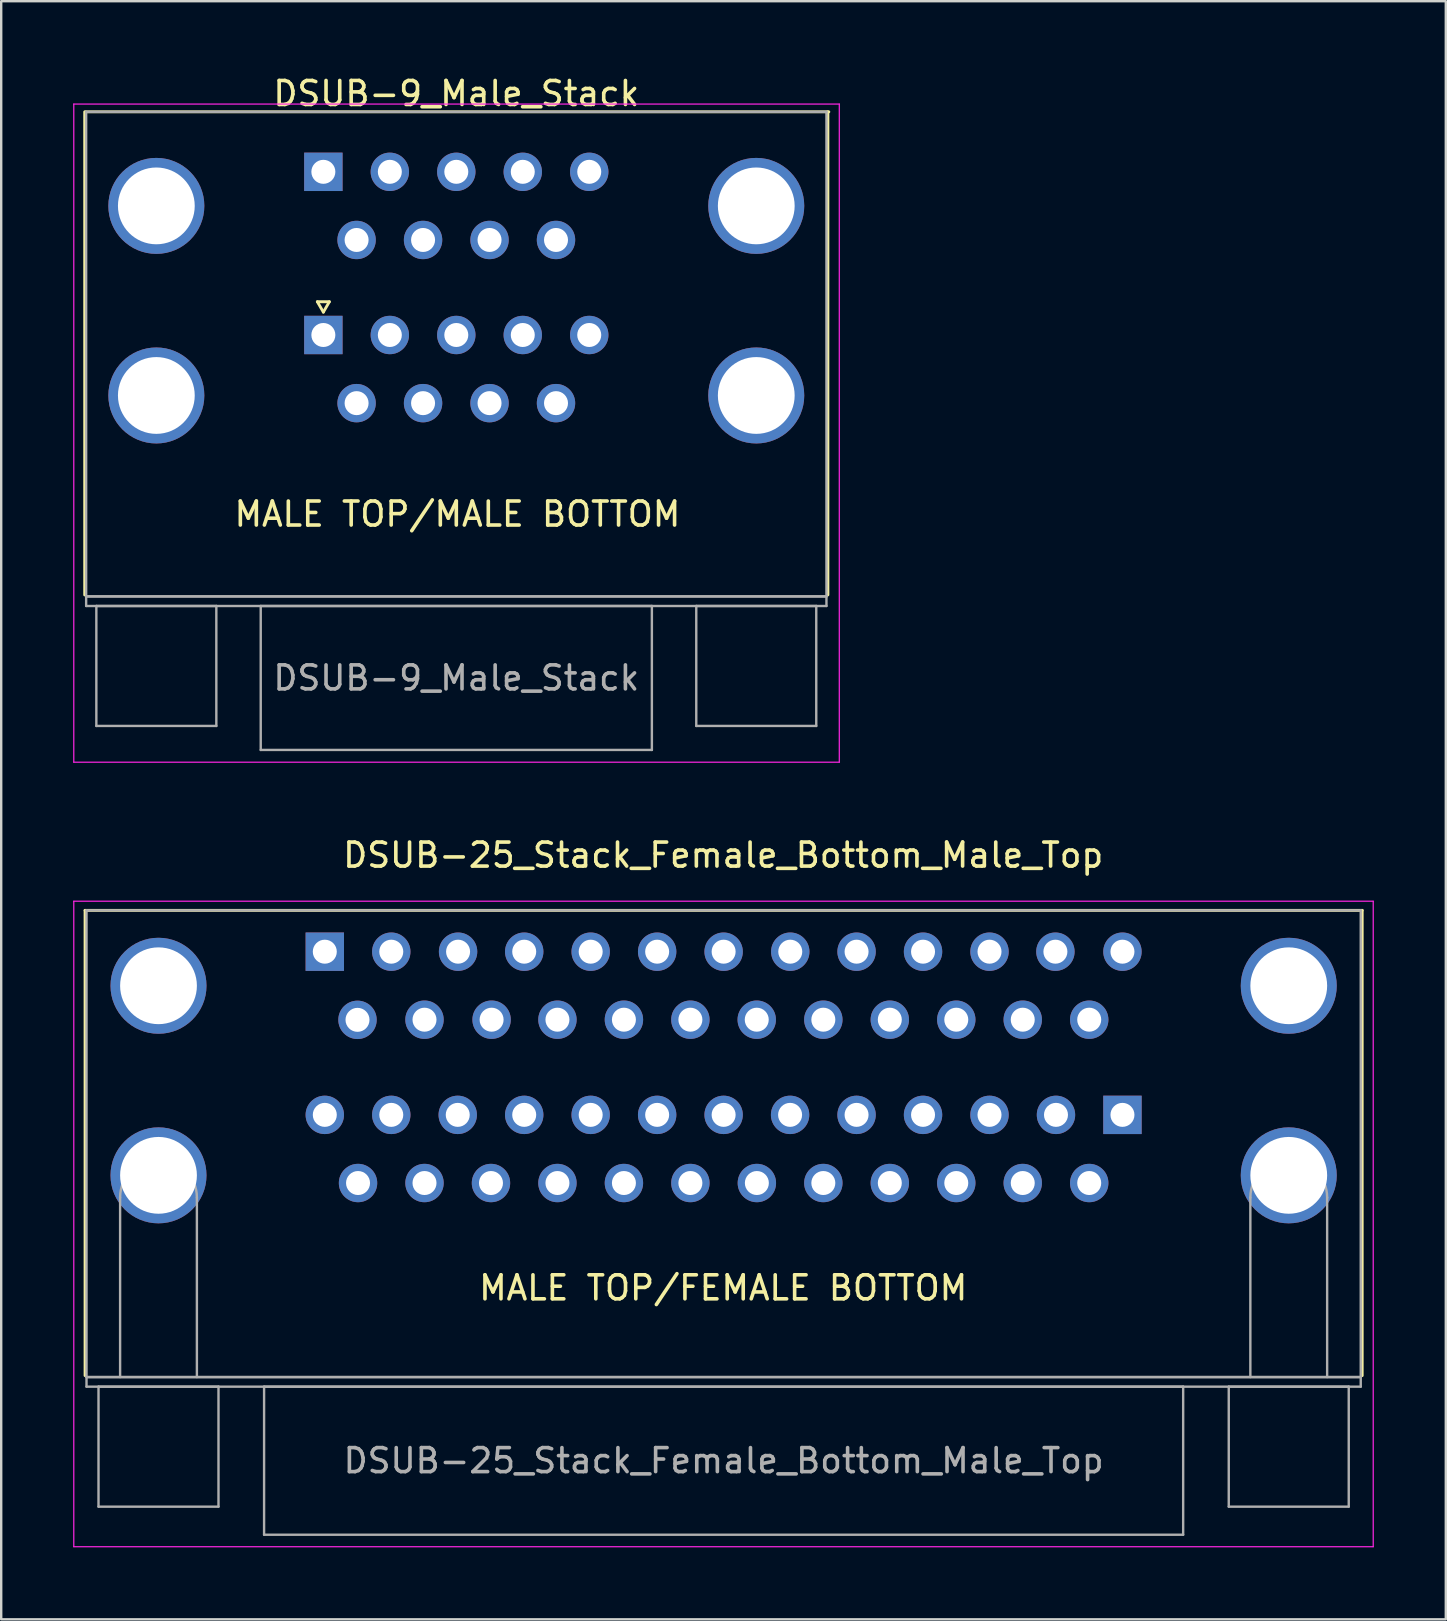
<source format=kicad_pcb>
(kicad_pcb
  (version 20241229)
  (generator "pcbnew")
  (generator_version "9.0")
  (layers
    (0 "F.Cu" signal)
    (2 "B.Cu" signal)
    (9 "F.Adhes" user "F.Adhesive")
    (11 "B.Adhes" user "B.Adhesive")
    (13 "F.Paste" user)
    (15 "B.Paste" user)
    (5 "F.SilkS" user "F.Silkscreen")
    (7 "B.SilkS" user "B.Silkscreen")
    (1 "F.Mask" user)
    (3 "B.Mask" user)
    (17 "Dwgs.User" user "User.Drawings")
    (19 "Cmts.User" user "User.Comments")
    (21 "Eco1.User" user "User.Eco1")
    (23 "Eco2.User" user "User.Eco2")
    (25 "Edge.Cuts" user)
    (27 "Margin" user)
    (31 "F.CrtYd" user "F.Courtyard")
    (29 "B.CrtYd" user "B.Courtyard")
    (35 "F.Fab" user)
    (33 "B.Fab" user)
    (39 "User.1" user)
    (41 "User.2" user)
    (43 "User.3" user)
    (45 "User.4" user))
  (footprint "DSUB-25_Stack_Female_Bottom_Male_Top"
    (layer "F.Cu")
    (at 27.088 54.429)
    (property "Reference" "DSUB-25_Stack_Female_Bottom_Male_Top" (at 0 -21.844 0) (layer "F.SilkS") (effects (font (size 1 1) (thickness 0.15))))
    (attr through_hole)
    (fp_line (start -26.593 -19.542) (end 26.627 -19.542) (stroke (width 0.12) (type solid)) (layer "F.SilkS"))
    (fp_line (start -26.593 -0.154) (end -26.593 -19.542) (stroke (width 0.12) (type solid)) (layer "F.SilkS"))
    (fp_line (start 26.627 -19.542) (end 26.627 -0.154) (stroke (width 0.12) (type solid)) (layer "F.SilkS"))
    (fp_line (start -27.063 -19.923) (end -27.063 6.976) (stroke (width 0.05) (type solid)) (layer "F.CrtYd"))
    (fp_line (start -27.063 6.976) (end 27.087 6.976) (stroke (width 0.05) (type solid)) (layer "F.CrtYd"))
    (fp_line (start 27.087 -19.923) (end -27.063 -19.923) (stroke (width 0.05) (type solid)) (layer "F.CrtYd"))
    (fp_line (start 27.087 6.976) (end 27.087 -19.923) (stroke (width 0.05) (type solid)) (layer "F.CrtYd"))
    (fp_line (start -26.533 -19.542) (end -26.533 -0.094) (stroke (width 0.1) (type solid)) (layer "F.Fab"))
    (fp_line (start -26.533 -0.094) (end -26.533 0.306) (stroke (width 0.1) (type solid)) (layer "F.Fab"))
    (fp_line (start -26.533 -0.094) (end 26.567 -0.094) (stroke (width 0.1) (type solid)) (layer "F.Fab"))
    (fp_line (start -26.533 0.306) (end 26.567 0.306) (stroke (width 0.1) (type solid)) (layer "F.Fab"))
    (fp_line (start -26.033 0.306) (end -26.033 5.306) (stroke (width 0.1) (type solid)) (layer "F.Fab"))
    (fp_line (start -26.033 5.306) (end -21.033 5.306) (stroke (width 0.1) (type solid)) (layer "F.Fab"))
    (fp_line (start -25.133 -0.094) (end -25.133 -7.574) (stroke (width 0.1) (type solid)) (layer "F.Fab"))
    (fp_line (start -21.933 -0.094) (end -21.933 -7.574) (stroke (width 0.1) (type solid)) (layer "F.Fab"))
    (fp_line (start -21.033 0.306) (end -26.033 0.306) (stroke (width 0.1) (type solid)) (layer "F.Fab"))
    (fp_line (start -21.033 5.306) (end -21.033 0.306) (stroke (width 0.1) (type solid)) (layer "F.Fab"))
    (fp_line (start -19.133 0.306) (end -19.133 6.476) (stroke (width 0.1) (type solid)) (layer "F.Fab"))
    (fp_line (start -19.133 6.476) (end 19.167 6.476) (stroke (width 0.1) (type solid)) (layer "F.Fab"))
    (fp_line (start 19.167 0.306) (end -19.133 0.306) (stroke (width 0.1) (type solid)) (layer "F.Fab"))
    (fp_line (start 19.167 6.476) (end 19.167 0.306) (stroke (width 0.1) (type solid)) (layer "F.Fab"))
    (fp_line (start 21.067 0.306) (end 21.067 5.306) (stroke (width 0.1) (type solid)) (layer "F.Fab"))
    (fp_line (start 21.067 5.306) (end 26.067 5.306) (stroke (width 0.1) (type solid)) (layer "F.Fab"))
    (fp_line (start 21.967 -0.094) (end 21.967 -7.574) (stroke (width 0.1) (type solid)) (layer "F.Fab"))
    (fp_line (start 25.167 -0.094) (end 25.167 -7.574) (stroke (width 0.1) (type solid)) (layer "F.Fab"))
    (fp_line (start 26.067 0.306) (end 21.067 0.306) (stroke (width 0.1) (type solid)) (layer "F.Fab"))
    (fp_line (start 26.067 5.306) (end 26.067 0.306) (stroke (width 0.1) (type solid)) (layer "F.Fab"))
    (fp_line (start 26.567 -19.542) (end -26.533 -19.542) (stroke (width 0.1) (type solid)) (layer "F.Fab"))
    (fp_line (start 26.567 -0.094) (end -26.533 -0.094) (stroke (width 0.1) (type solid)) (layer "F.Fab"))
    (fp_line (start 26.567 -0.094) (end 26.567 -19.542) (stroke (width 0.1) (type solid)) (layer "F.Fab"))
    (fp_line (start 26.567 0.306) (end 26.567 -0.094) (stroke (width 0.1) (type solid)) (layer "F.Fab"))
    (fp_arc (start -25.133 -7.574) (mid -23.533 -9.174) (end -21.933 -7.574) (stroke (width 0.1) (type solid)) (layer "F.Fab"))
    (fp_arc (start 21.967 -7.574) (mid 23.567 -9.174) (end 25.167 -7.574) (stroke (width 0.1) (type solid)) (layer "F.Fab"))
    (fp_text user "MALE TOP/FEMALE BOTTOM" (at 0 -3.81 0) (layer "F.SilkS") (effects (font (size 1 1) (thickness 0.15))))
    (fp_text user "${REFERENCE}" (at 0.017 3.391 0) (layer "F.Fab") (effects (font (size 1 1) (thickness 0.15))))
    (pad "0" thru_hole circle (at -23.533 -16.4) (size 4 4) (drill 3.2) (layers "*.Cu" "*.Mask"))
    (pad "0" thru_hole circle (at -23.533 -8.5) (size 4 4) (drill 3.2) (layers "*.Cu" "*.Mask"))
    (pad "0" thru_hole circle (at 23.567 -16.4) (size 4 4) (drill 3.2) (layers "*.Cu" "*.Mask"))
    (pad "0" thru_hole circle (at 23.567 -8.5) (size 4 4) (drill 3.2) (layers "*.Cu" "*.Mask"))
    (pad "1" thru_hole rect (at 16.637 -11.02) (size 1.6 1.6) (drill 1) (layers "*.Cu" "*.Mask"))
    (pad "2" thru_hole circle (at 13.867 -11.02) (size 1.6 1.6) (drill 1) (layers "*.Cu" "*.Mask"))
    (pad "3" thru_hole circle (at 11.097 -11.02) (size 1.6 1.6) (drill 1) (layers "*.Cu" "*.Mask"))
    (pad "4" thru_hole circle (at 8.327 -11.02) (size 1.6 1.6) (drill 1) (layers "*.Cu" "*.Mask"))
    (pad "5" thru_hole circle (at 5.557 -11.02) (size 1.6 1.6) (drill 1) (layers "*.Cu" "*.Mask"))
    (pad "6" thru_hole circle (at 2.787 -11.02) (size 1.6 1.6) (drill 1) (layers "*.Cu" "*.Mask"))
    (pad "7" thru_hole circle (at 0.017 -11.02) (size 1.6 1.6) (drill 1) (layers "*.Cu" "*.Mask"))
    (pad "8" thru_hole circle (at -2.753 -11.02) (size 1.6 1.6) (drill 1) (layers "*.Cu" "*.Mask"))
    (pad "9" thru_hole circle (at -5.523 -11.02) (size 1.6 1.6) (drill 1) (layers "*.Cu" "*.Mask"))
    (pad "10" thru_hole circle (at -8.293 -11.02) (size 1.6 1.6) (drill 1) (layers "*.Cu" "*.Mask"))
    (pad "11" thru_hole circle (at -11.063 -11.02) (size 1.6 1.6) (drill 1) (layers "*.Cu" "*.Mask"))
    (pad "12" thru_hole circle (at -13.833 -11.02) (size 1.6 1.6) (drill 1) (layers "*.Cu" "*.Mask"))
    (pad "13" thru_hole circle (at -16.603 -11.02) (size 1.6 1.6) (drill 1) (layers "*.Cu" "*.Mask"))
    (pad "14" thru_hole circle (at 15.252 -8.18) (size 1.6 1.6) (drill 1) (layers "*.Cu" "*.Mask"))
    (pad "15" thru_hole circle (at 12.482 -8.18) (size 1.6 1.6) (drill 1) (layers "*.Cu" "*.Mask"))
    (pad "16" thru_hole circle (at 9.712 -8.18) (size 1.6 1.6) (drill 1) (layers "*.Cu" "*.Mask"))
    (pad "17" thru_hole circle (at 6.942 -8.18) (size 1.6 1.6) (drill 1) (layers "*.Cu" "*.Mask"))
    (pad "18" thru_hole circle (at 4.172 -8.18) (size 1.6 1.6) (drill 1) (layers "*.Cu" "*.Mask"))
    (pad "19" thru_hole circle (at 1.402 -8.18) (size 1.6 1.6) (drill 1) (layers "*.Cu" "*.Mask"))
    (pad "20" thru_hole circle (at -1.368 -8.18) (size 1.6 1.6) (drill 1) (layers "*.Cu" "*.Mask"))
    (pad "21" thru_hole circle (at -4.138 -8.18) (size 1.6 1.6) (drill 1) (layers "*.Cu" "*.Mask"))
    (pad "22" thru_hole circle (at -6.908 -8.18) (size 1.6 1.6) (drill 1) (layers "*.Cu" "*.Mask"))
    (pad "23" thru_hole circle (at -9.678 -8.18) (size 1.6 1.6) (drill 1) (layers "*.Cu" "*.Mask"))
    (pad "24" thru_hole circle (at -12.448 -8.18) (size 1.6 1.6) (drill 1) (layers "*.Cu" "*.Mask"))
    (pad "25" thru_hole circle (at -15.218 -8.18) (size 1.6 1.6) (drill 1) (layers "*.Cu" "*.Mask"))
    (pad "26" thru_hole rect (at -16.603 -17.82) (size 1.6 1.6) (drill 1) (layers "*.Cu" "*.Mask"))
    (pad "27" thru_hole circle (at -13.833 -17.82) (size 1.6 1.6) (drill 1) (layers "*.Cu" "*.Mask"))
    (pad "28" thru_hole circle (at -11.049 -17.82) (size 1.6 1.6) (drill 1) (layers "*.Cu" "*.Mask"))
    (pad "29" thru_hole circle (at -8.293 -17.82) (size 1.6 1.6) (drill 1) (layers "*.Cu" "*.Mask"))
    (pad "30" thru_hole circle (at -5.523 -17.82) (size 1.6 1.6) (drill 1) (layers "*.Cu" "*.Mask"))
    (pad "31" thru_hole circle (at -2.753 -17.82) (size 1.6 1.6) (drill 1) (layers "*.Cu" "*.Mask"))
    (pad "32" thru_hole circle (at 0.017 -17.82) (size 1.6 1.6) (drill 1) (layers "*.Cu" "*.Mask"))
    (pad "33" thru_hole circle (at 2.794 -17.82) (size 1.6 1.6) (drill 1) (layers "*.Cu" "*.Mask"))
    (pad "34" thru_hole circle (at 5.557 -17.82) (size 1.6 1.6) (drill 1) (layers "*.Cu" "*.Mask"))
    (pad "35" thru_hole circle (at 8.327 -17.82) (size 1.6 1.6) (drill 1) (layers "*.Cu" "*.Mask"))
    (pad "36" thru_hole circle (at 11.097 -17.82) (size 1.6 1.6) (drill 1) (layers "*.Cu" "*.Mask"))
    (pad "37" thru_hole circle (at 13.843 -17.82) (size 1.6 1.6) (drill 1) (layers "*.Cu" "*.Mask"))
    (pad "38" thru_hole circle (at 16.637 -17.82) (size 1.6 1.6) (drill 1) (layers "*.Cu" "*.Mask"))
    (pad "39" thru_hole circle (at -15.24 -14.98) (size 1.6 1.6) (drill 1) (layers "*.Cu" "*.Mask"))
    (pad "40" thru_hole circle (at -12.448 -14.986) (size 1.6 1.6) (drill 1) (layers "*.Cu" "*.Mask"))
    (pad "41" thru_hole circle (at -9.652 -14.986) (size 1.6 1.6) (drill 1) (layers "*.Cu" "*.Mask"))
    (pad "42" thru_hole circle (at -6.908 -14.986) (size 1.6 1.6) (drill 1) (layers "*.Cu" "*.Mask"))
    (pad "43" thru_hole circle (at -4.138 -14.986) (size 1.6 1.6) (drill 1) (layers "*.Cu" "*.Mask"))
    (pad "44" thru_hole circle (at -1.368 -14.986) (size 1.6 1.6) (drill 1) (layers "*.Cu" "*.Mask"))
    (pad "45" thru_hole circle (at 1.397 -14.986) (size 1.6 1.6) (drill 1) (layers "*.Cu" "*.Mask"))
    (pad "46" thru_hole circle (at 4.172 -14.986) (size 1.6 1.6) (drill 1) (layers "*.Cu" "*.Mask"))
    (pad "47" thru_hole circle (at 6.942 -14.986) (size 1.6 1.6) (drill 1) (layers "*.Cu" "*.Mask"))
    (pad "48" thru_hole circle (at 9.712 -14.986) (size 1.6 1.6) (drill 1) (layers "*.Cu" "*.Mask"))
    (pad "49" thru_hole circle (at 12.482 -14.986) (size 1.6 1.6) (drill 1) (layers "*.Cu" "*.Mask"))
    (pad "50" thru_hole circle (at 15.252 -14.986) (size 1.6 1.6) (drill 1) (layers "*.Cu" "*.Mask")))
  (footprint "DSUB-9_Male_Stack"
    (layer "F.Cu")
    (at 16.013 21.93)
    (property "Reference" "DSUB-9_Male_Stack" (at -0.048 -21.082 0) (layer "F.SilkS") (effects (font (size 1 1) (thickness 0.15))))
    (attr through_hole)
    (fp_line (start -15.533 -0.188) (end -15.533 -20.32) (stroke (width 0.12) (type solid)) (layer "F.SilkS"))
    (fp_line (start -15.494 -20.32) (end 15.476 -20.32) (stroke (width 0.12) (type solid)) (layer "F.SilkS"))
    (fp_line (start -5.838 -12.406) (end -5.338 -12.406) (stroke (width 0.12) (type solid)) (layer "F.SilkS"))
    (fp_line (start -5.588 -11.973) (end -5.838 -12.406) (stroke (width 0.12) (type solid)) (layer "F.SilkS"))
    (fp_line (start -5.338 -12.406) (end -5.588 -11.973) (stroke (width 0.12) (type solid)) (layer "F.SilkS"))
    (fp_line (start 15.437 -20.32) (end 15.437 -0.188) (stroke (width 0.12) (type solid)) (layer "F.SilkS"))
    (fp_line (start -15.988 -20.644) (end -15.988 6.782) (stroke (width 0.05) (type solid)) (layer "F.CrtYd"))
    (fp_line (start -15.988 6.782) (end 15.912 6.782) (stroke (width 0.05) (type solid)) (layer "F.CrtYd"))
    (fp_line (start 15.912 -20.644) (end -15.988 -20.644) (stroke (width 0.05) (type solid)) (layer "F.CrtYd"))
    (fp_line (start 15.912 6.782) (end 15.912 -20.644) (stroke (width 0.05) (type solid)) (layer "F.CrtYd"))
    (fp_line (start -15.473 -20.32) (end -15.473 -0.128) (stroke (width 0.1) (type solid)) (layer "F.Fab"))
    (fp_line (start -15.473 -0.128) (end -15.473 0.272) (stroke (width 0.1) (type solid)) (layer "F.Fab"))
    (fp_line (start -15.473 -0.128) (end 15.377 -0.128) (stroke (width 0.1) (type solid)) (layer "F.Fab"))
    (fp_line (start -15.473 0.272) (end 15.377 0.272) (stroke (width 0.1) (type solid)) (layer "F.Fab"))
    (fp_line (start -15.048 0.272) (end -15.048 5.272) (stroke (width 0.1) (type solid)) (layer "F.Fab"))
    (fp_line (start -15.048 5.272) (end -10.048 5.272) (stroke (width 0.1) (type solid)) (layer "F.Fab"))
    (fp_line (start -10.048 0.272) (end -15.048 0.272) (stroke (width 0.1) (type solid)) (layer "F.Fab"))
    (fp_line (start -10.048 5.272) (end -10.048 0.272) (stroke (width 0.1) (type solid)) (layer "F.Fab"))
    (fp_line (start -8.198 0.272) (end -8.198 6.272) (stroke (width 0.1) (type solid)) (layer "F.Fab"))
    (fp_line (start -8.198 6.272) (end 8.102 6.272) (stroke (width 0.1) (type solid)) (layer "F.Fab"))
    (fp_line (start 8.102 0.272) (end -8.198 0.272) (stroke (width 0.1) (type solid)) (layer "F.Fab"))
    (fp_line (start 8.102 6.272) (end 8.102 0.272) (stroke (width 0.1) (type solid)) (layer "F.Fab"))
    (fp_line (start 9.952 0.272) (end 9.952 5.272) (stroke (width 0.1) (type solid)) (layer "F.Fab"))
    (fp_line (start 9.952 5.272) (end 14.952 5.272) (stroke (width 0.1) (type solid)) (layer "F.Fab"))
    (fp_line (start 14.952 0.272) (end 9.952 0.272) (stroke (width 0.1) (type solid)) (layer "F.Fab"))
    (fp_line (start 14.952 5.272) (end 14.952 0.272) (stroke (width 0.1) (type solid)) (layer "F.Fab"))
    (fp_line (start 15.377 -20.32) (end -15.473 -20.32) (stroke (width 0.1) (type solid)) (layer "F.Fab"))
    (fp_line (start 15.377 -0.128) (end -15.473 -0.128) (stroke (width 0.1) (type solid)) (layer "F.Fab"))
    (fp_line (start 15.377 -0.128) (end 15.377 -20.32) (stroke (width 0.1) (type solid)) (layer "F.Fab"))
    (fp_line (start 15.377 0.272) (end 15.377 -0.128) (stroke (width 0.1) (type solid)) (layer "F.Fab"))
    (fp_text user "MALE TOP/MALE BOTTOM" (at 0 -3.556 0) (layer "F.SilkS") (effects (font (size 1 1) (thickness 0.15))))
    (fp_text user "${REFERENCE}" (at -0.048 3.272 0) (layer "F.Fab") (effects (font (size 1 1) (thickness 0.15))))
    (pad "0" thru_hole circle (at -12.548 -16.4) (size 4 4) (drill 3.2) (layers "*.Cu" "*.Mask"))
    (pad "0" thru_hole circle (at -12.548 -8.5) (size 4 4) (drill 3.2) (layers "*.Cu" "*.Mask"))
    (pad "0" thru_hole circle (at 12.452 -16.4) (size 4 4) (drill 3.2) (layers "*.Cu" "*.Mask"))
    (pad "0" thru_hole circle (at 12.452 -8.5) (size 4 4) (drill 3.2) (layers "*.Cu" "*.Mask"))
    (pad "1" thru_hole rect (at -5.588 -11.02) (size 1.6 1.6) (drill 1) (layers "*.Cu" "*.Mask"))
    (pad "2" thru_hole circle (at -2.818 -11.02) (size 1.6 1.6) (drill 1) (layers "*.Cu" "*.Mask"))
    (pad "3" thru_hole circle (at -0.048 -11.02) (size 1.6 1.6) (drill 1) (layers "*.Cu" "*.Mask"))
    (pad "4" thru_hole circle (at 2.722 -11.02) (size 1.6 1.6) (drill 1) (layers "*.Cu" "*.Mask"))
    (pad "5" thru_hole circle (at 5.492 -11.02) (size 1.6 1.6) (drill 1) (layers "*.Cu" "*.Mask"))
    (pad "6" thru_hole circle (at -4.203 -8.18) (size 1.6 1.6) (drill 1) (layers "*.Cu" "*.Mask"))
    (pad "7" thru_hole circle (at -1.433 -8.18) (size 1.6 1.6) (drill 1) (layers "*.Cu" "*.Mask"))
    (pad "8" thru_hole circle (at 1.337 -8.18) (size 1.6 1.6) (drill 1) (layers "*.Cu" "*.Mask"))
    (pad "9" thru_hole circle (at 4.107 -8.18) (size 1.6 1.6) (drill 1) (layers "*.Cu" "*.Mask"))
    (pad "10" thru_hole rect (at -5.588 -17.82) (size 1.6 1.6) (drill 1) (layers "*.Cu" "*.Mask"))
    (pad "11" thru_hole circle (at -2.818 -17.82) (size 1.6 1.6) (drill 1) (layers "*.Cu" "*.Mask"))
    (pad "12" thru_hole circle (at -0.048 -17.82) (size 1.6 1.6) (drill 1) (layers "*.Cu" "*.Mask"))
    (pad "13" thru_hole circle (at 2.722 -17.82) (size 1.6 1.6) (drill 1) (layers "*.Cu" "*.Mask"))
    (pad "14" thru_hole circle (at 5.492 -17.82) (size 1.6 1.6) (drill 1) (layers "*.Cu" "*.Mask"))
    (pad "15" thru_hole circle (at -4.203 -14.98) (size 1.6 1.6) (drill 1) (layers "*.Cu" "*.Mask"))
    (pad "16" thru_hole circle (at -1.433 -14.98) (size 1.6 1.6) (drill 1) (layers "*.Cu" "*.Mask"))
    (pad "17" thru_hole circle (at 1.337 -14.98) (size 1.6 1.6) (drill 1) (layers "*.Cu" "*.Mask"))
    (pad "18" thru_hole circle (at 4.107 -14.98) (size 1.6 1.6) (drill 1) (layers "*.Cu" "*.Mask")))
  (gr_rect
    (start -3 -3)
    (end 57.2 64.43)
    (stroke (width 0.1) (type default))
    (fill no)
    (layer "Edge.Cuts")))
</source>
